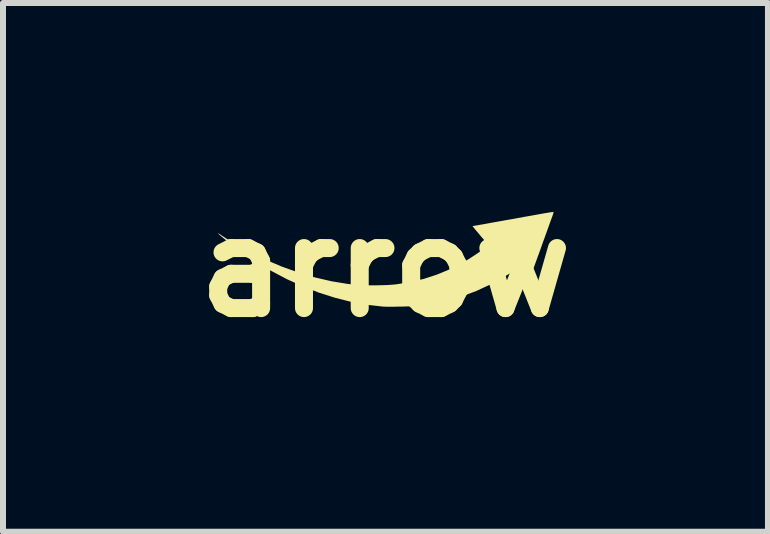
<source format=kicad_pcb>
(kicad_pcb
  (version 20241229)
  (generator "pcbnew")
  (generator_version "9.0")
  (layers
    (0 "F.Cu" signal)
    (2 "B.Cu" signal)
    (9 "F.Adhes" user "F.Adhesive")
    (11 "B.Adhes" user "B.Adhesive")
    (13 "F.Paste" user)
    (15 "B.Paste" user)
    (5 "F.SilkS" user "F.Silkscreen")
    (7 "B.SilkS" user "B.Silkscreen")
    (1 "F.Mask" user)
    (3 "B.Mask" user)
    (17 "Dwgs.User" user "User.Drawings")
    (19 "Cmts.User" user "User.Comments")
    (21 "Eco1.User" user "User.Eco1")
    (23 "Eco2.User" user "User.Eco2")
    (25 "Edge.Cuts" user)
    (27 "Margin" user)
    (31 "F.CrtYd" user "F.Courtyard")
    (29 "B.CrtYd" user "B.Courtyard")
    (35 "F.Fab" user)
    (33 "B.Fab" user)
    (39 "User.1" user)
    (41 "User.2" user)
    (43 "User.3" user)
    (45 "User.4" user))
  (footprint "arrow"
    (layer "F.Cu")
    (at 3.371 1.404)
    (property "Reference" "arrow" (at 0 0 0) (layer "F.SilkS") (effects (font (size 1.5 1.5) (thickness 0.3))))
    (attr board_only exclude_from_pos_files exclude_from_bom)
    (fp_poly (pts (xy 2.799 -0.914) (xy 2.793 -0.89) (xy 2.782 -0.856) (xy 2.777 -0.843) (xy 2.764 -0.808) (xy 2.746 -0.759) (xy 2.725 -0.7) (xy 2.702 -0.636) (xy 2.682 -0.579) (xy 2.667 -0.539) (xy 2.648 -0.485) (xy 2.624 -0.42) (xy 2.598 -0.346) (xy 2.569 -0.265) (xy 2.538 -0.181) (xy 2.507 -0.095) (xy 2.476 -0.009) (xy 2.446 0.072) (xy 2.419 0.148) (xy 2.394 0.216) (xy 2.374 0.273) (xy 2.358 0.317) (xy 2.348 0.345) (xy 2.346 0.35) (xy 2.341 0.354) (xy 2.331 0.35) (xy 2.315 0.335) (xy 2.29 0.309) (xy 2.256 0.27) (xy 2.22 0.227) (xy 2.182 0.182) (xy 2.149 0.143) (xy 2.123 0.113) (xy 2.106 0.093) (xy 2.099 0.086) (xy 2.09 0.09) (xy 2.067 0.104) (xy 2.034 0.124) (xy 1.993 0.148) (xy 1.987 0.152) (xy 1.752 0.283) (xy 1.512 0.394) (xy 1.267 0.486) (xy 1.015 0.559) (xy 0.756 0.614) (xy 0.619 0.635) (xy 0.578 0.639) (xy 0.521 0.643) (xy 0.452 0.647) (xy 0.374 0.65) (xy 0.293 0.653) (xy 0.21 0.654) (xy 0.132 0.656) (xy 0.061 0.656) (xy 0.002 0.655) (xy -0.042 0.653) (xy -0.045 0.653) (xy -0.308 0.623) (xy -0.574 0.574) (xy -0.841 0.506) (xy -1.109 0.421) (xy -1.375 0.317) (xy -1.64 0.197) (xy -1.9 0.06) (xy -2.156 -0.093) (xy -2.405 -0.261) (xy -2.48 -0.316) (xy -2.523 -0.348) (xy -2.569 -0.384) (xy -2.617 -0.421) (xy -2.664 -0.459) (xy -2.707 -0.494) (xy -2.743 -0.524) (xy -2.77 -0.547) (xy -2.785 -0.561) (xy -2.788 -0.565) (xy -2.784 -0.566) (xy -2.772 -0.56) (xy -2.748 -0.545) (xy -2.717 -0.523) (xy -2.692 -0.507) (xy -2.655 -0.483) (xy -2.608 -0.454) (xy -2.557 -0.423) (xy -2.532 -0.408) (xy -2.265 -0.259) (xy -1.993 -0.126) (xy -1.719 -0.01) (xy -1.444 0.088) (xy -1.169 0.169) (xy -0.896 0.232) (xy -0.627 0.276) (xy -0.518 0.288) (xy -0.443 0.294) (xy -0.355 0.298) (xy -0.257 0.299) (xy -0.156 0.299) (xy -0.056 0.297) (xy 0.038 0.294) (xy 0.121 0.288) (xy 0.176 0.283) (xy 0.415 0.245) (xy 0.642 0.191) (xy 0.86 0.12) (xy 1.071 0.032) (xy 1.277 -0.073) (xy 1.297 -0.085) (xy 1.359 -0.121) (xy 1.426 -0.163) (xy 1.494 -0.208) (xy 1.559 -0.252) (xy 1.616 -0.294) (xy 1.662 -0.329) (xy 1.677 -0.341) (xy 1.714 -0.374) (xy 1.645 -0.455) (xy 1.606 -0.499) (xy 1.564 -0.55) (xy 1.525 -0.596) (xy 1.512 -0.611) (xy 1.45 -0.687) (xy 1.482 -0.693) (xy 1.52 -0.699) (xy 1.575 -0.709) (xy 1.645 -0.721) (xy 1.726 -0.736) (xy 1.815 -0.752) (xy 1.911 -0.769) (xy 2.01 -0.787) (xy 2.11 -0.804) (xy 2.207 -0.822) (xy 2.3 -0.839) (xy 2.385 -0.854) (xy 2.459 -0.867) (xy 2.476 -0.87) (xy 2.553 -0.884) (xy 2.624 -0.897) (xy 2.686 -0.907) (xy 2.737 -0.916) (xy 2.774 -0.921) (xy 2.795 -0.924) (xy 2.799 -0.924)) (stroke (width 0) (type solid)) (fill yes) (layer "F.SilkS")))
  (gr_rect
    (start -3 -3)
    (end 9.743 5.808)
    (stroke (width 0.1) (type default))
    (fill no)
    (layer "Edge.Cuts")))
</source>
